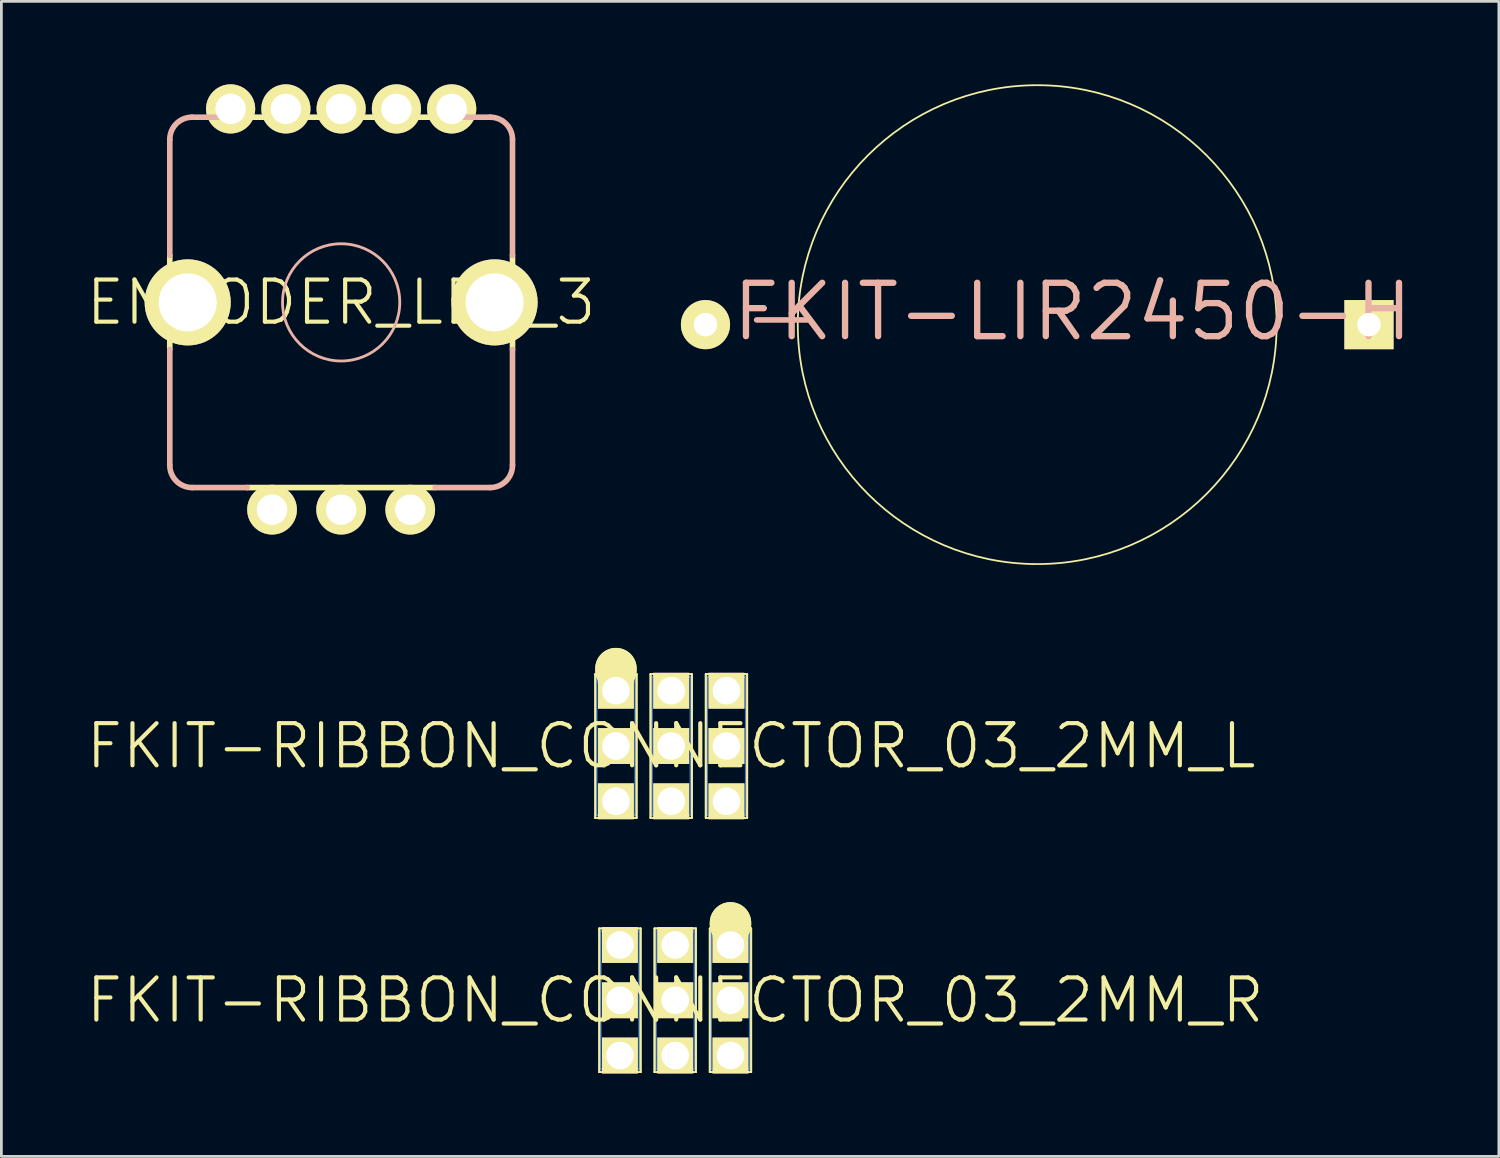
<source format=kicad_pcb>
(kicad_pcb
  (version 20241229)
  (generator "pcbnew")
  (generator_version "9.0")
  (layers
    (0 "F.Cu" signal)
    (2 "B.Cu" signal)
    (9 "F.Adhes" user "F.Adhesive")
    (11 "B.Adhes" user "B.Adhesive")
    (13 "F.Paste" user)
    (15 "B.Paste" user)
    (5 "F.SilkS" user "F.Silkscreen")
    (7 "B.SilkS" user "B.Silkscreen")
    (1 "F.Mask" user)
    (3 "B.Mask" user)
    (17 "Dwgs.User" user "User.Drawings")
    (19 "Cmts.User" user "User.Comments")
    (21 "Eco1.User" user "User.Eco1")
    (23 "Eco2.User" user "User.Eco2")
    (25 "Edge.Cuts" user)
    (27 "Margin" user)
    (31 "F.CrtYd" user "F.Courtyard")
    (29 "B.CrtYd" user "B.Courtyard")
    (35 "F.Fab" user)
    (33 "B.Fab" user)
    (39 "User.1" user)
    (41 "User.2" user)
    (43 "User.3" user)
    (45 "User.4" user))
  (footprint "FKIT-RIBBON_CONNECTOR_03_2MM_L"
    (layer "F.Cu")
    (at 21.227 23.933)
    (property "Reference" "FKIT-RIBBON_CONNECTOR_03_2MM_L" (at 0 0 0) (layer "F.SilkS") (effects (font (size 1.524 1.524) (thickness 0.15))))
    (attr exclude_from_pos_files exclude_from_bom)
    (fp_line (start -2.7 -2.499) (end -1.298 -2.499) (stroke (width 0.066) (type solid)) (layer "B.Cu"))
    (fp_line (start -2.7 2.499) (end -2.7 -2.499) (stroke (width 0.066) (type solid)) (layer "B.Cu"))
    (fp_line (start -2.7 2.499) (end -1.298 2.499) (stroke (width 0.066) (type solid)) (layer "B.Cu"))
    (fp_line (start -1.999 -2.499) (end -1.999 -2.799) (stroke (width 1.4) (type solid)) (layer "B.Cu"))
    (fp_line (start -1.298 2.499) (end -1.298 -2.499) (stroke (width 0.066) (type solid)) (layer "B.Cu"))
    (fp_line (start -0.699 -2.499) (end 0.699 -2.499) (stroke (width 0.066) (type solid)) (layer "B.Cu"))
    (fp_line (start -0.699 2.499) (end -0.699 -2.499) (stroke (width 0.066) (type solid)) (layer "B.Cu"))
    (fp_line (start -0.699 2.499) (end 0.699 2.499) (stroke (width 0.066) (type solid)) (layer "B.Cu"))
    (fp_line (start 0.699 2.499) (end 0.699 -2.499) (stroke (width 0.066) (type solid)) (layer "B.Cu"))
    (fp_line (start 1.298 -2.499) (end 2.7 -2.499) (stroke (width 0.066) (type solid)) (layer "B.Cu"))
    (fp_line (start 1.298 2.499) (end 1.298 -2.499) (stroke (width 0.066) (type solid)) (layer "B.Cu"))
    (fp_line (start 1.298 2.499) (end 2.7 2.499) (stroke (width 0.066) (type solid)) (layer "B.Cu"))
    (fp_line (start 2.7 2.499) (end 2.7 -2.499) (stroke (width 0.066) (type solid)) (layer "B.Cu"))
    (fp_line (start -2.748 -2.598) (end -1.25 -2.598) (stroke (width 0.066) (type solid)) (layer "F.SilkS"))
    (fp_line (start -2.748 -2.598) (end -1.25 -2.598) (stroke (width 0.066) (type solid)) (layer "F.SilkS"))
    (fp_line (start -2.748 2.598) (end -2.748 -2.598) (stroke (width 0.066) (type solid)) (layer "F.SilkS"))
    (fp_line (start -2.748 2.598) (end -2.748 -2.598) (stroke (width 0.066) (type solid)) (layer "F.SilkS"))
    (fp_line (start -2.748 2.598) (end -1.25 2.598) (stroke (width 0.066) (type solid)) (layer "F.SilkS"))
    (fp_line (start -2.748 2.598) (end -1.25 2.598) (stroke (width 0.066) (type solid)) (layer "F.SilkS"))
    (fp_line (start -1.999 -2.748) (end -1.999 -2.799) (stroke (width 1.499) (type solid)) (layer "F.SilkS"))
    (fp_line (start -1.999 -2.748) (end -1.999 -2.799) (stroke (width 1.499) (type solid)) (layer "F.SilkS"))
    (fp_line (start -1.25 2.598) (end -1.25 -2.598) (stroke (width 0.066) (type solid)) (layer "F.SilkS"))
    (fp_line (start -1.25 2.598) (end -1.25 -2.598) (stroke (width 0.066) (type solid)) (layer "F.SilkS"))
    (fp_line (start -0.749 -2.598) (end 0.749 -2.598) (stroke (width 0.066) (type solid)) (layer "F.SilkS"))
    (fp_line (start -0.749 -2.598) (end 0.749 -2.598) (stroke (width 0.066) (type solid)) (layer "F.SilkS"))
    (fp_line (start -0.749 2.598) (end -0.749 -2.598) (stroke (width 0.066) (type solid)) (layer "F.SilkS"))
    (fp_line (start -0.749 2.598) (end -0.749 -2.598) (stroke (width 0.066) (type solid)) (layer "F.SilkS"))
    (fp_line (start -0.749 2.598) (end 0.749 2.598) (stroke (width 0.066) (type solid)) (layer "F.SilkS"))
    (fp_line (start -0.749 2.598) (end 0.749 2.598) (stroke (width 0.066) (type solid)) (layer "F.SilkS"))
    (fp_line (start 0.749 2.598) (end 0.749 -2.598) (stroke (width 0.066) (type solid)) (layer "F.SilkS"))
    (fp_line (start 0.749 2.598) (end 0.749 -2.598) (stroke (width 0.066) (type solid)) (layer "F.SilkS"))
    (fp_line (start 1.25 -2.598) (end 2.748 -2.598) (stroke (width 0.066) (type solid)) (layer "F.SilkS"))
    (fp_line (start 1.25 -2.598) (end 2.748 -2.598) (stroke (width 0.066) (type solid)) (layer "F.SilkS"))
    (fp_line (start 1.25 2.598) (end 1.25 -2.598) (stroke (width 0.066) (type solid)) (layer "F.SilkS"))
    (fp_line (start 1.25 2.598) (end 1.25 -2.598) (stroke (width 0.066) (type solid)) (layer "F.SilkS"))
    (fp_line (start 1.25 2.598) (end 2.748 2.598) (stroke (width 0.066) (type solid)) (layer "F.SilkS"))
    (fp_line (start 1.25 2.598) (end 2.748 2.598) (stroke (width 0.066) (type solid)) (layer "F.SilkS"))
    (fp_line (start 2.748 2.598) (end 2.748 -2.598) (stroke (width 0.066) (type solid)) (layer "F.SilkS"))
    (fp_line (start 2.748 2.598) (end 2.748 -2.598) (stroke (width 0.066) (type solid)) (layer "F.SilkS"))
    (fp_line (start -2.7 -2.499) (end -1.298 -2.499) (stroke (width 0.066) (type solid)) (layer "B.Adhes"))
    (fp_line (start -2.7 2.499) (end -2.7 -2.499) (stroke (width 0.066) (type solid)) (layer "B.Adhes"))
    (fp_line (start -2.7 2.499) (end -1.298 2.499) (stroke (width 0.066) (type solid)) (layer "B.Adhes"))
    (fp_line (start -1.999 -2.499) (end -1.999 -2.799) (stroke (width 1.4) (type solid)) (layer "B.Adhes"))
    (fp_line (start -1.298 2.499) (end -1.298 -2.499) (stroke (width 0.066) (type solid)) (layer "B.Adhes"))
    (fp_line (start -0.699 -2.499) (end 0.699 -2.499) (stroke (width 0.066) (type solid)) (layer "B.Adhes"))
    (fp_line (start -0.699 2.499) (end -0.699 -2.499) (stroke (width 0.066) (type solid)) (layer "B.Adhes"))
    (fp_line (start -0.699 2.499) (end 0.699 2.499) (stroke (width 0.066) (type solid)) (layer "B.Adhes"))
    (fp_line (start 0.699 2.499) (end 0.699 -2.499) (stroke (width 0.066) (type solid)) (layer "B.Adhes"))
    (fp_line (start 1.298 -2.499) (end 2.7 -2.499) (stroke (width 0.066) (type solid)) (layer "B.Adhes"))
    (fp_line (start 1.298 2.499) (end 1.298 -2.499) (stroke (width 0.066) (type solid)) (layer "B.Adhes"))
    (fp_line (start 1.298 2.499) (end 2.7 2.499) (stroke (width 0.066) (type solid)) (layer "B.Adhes"))
    (fp_line (start 2.7 2.499) (end 2.7 -2.499) (stroke (width 0.066) (type solid)) (layer "B.Adhes"))
    (pad "P1A" thru_hole rect (at -1.999 -1.999) (size 1.298 1.298) (drill 0.998) (layers "*.Cu" "F.Mask" "F.SilkS" "F.Paste"))
    (pad "P1B" thru_hole rect (at -1.999 0) (size 1.298 1.298) (drill 0.998) (layers "*.Cu" "F.Mask" "F.SilkS" "F.Paste"))
    (pad "P1C" thru_hole rect (at -1.999 1.999) (size 1.298 1.298) (drill 0.998) (layers "*.Cu" "F.Mask" "F.SilkS" "F.Paste"))
    (pad "P2A" thru_hole rect (at 0 -1.999) (size 1.298 1.298) (drill 0.998) (layers "*.Cu" "F.Mask" "F.SilkS" "F.Paste"))
    (pad "P2B" thru_hole rect (at 0 0) (size 1.298 1.298) (drill 0.998) (layers "*.Cu" "F.Mask" "F.SilkS" "F.Paste"))
    (pad "P2C" thru_hole rect (at 0 1.999) (size 1.298 1.298) (drill 0.998) (layers "*.Cu" "F.Mask" "F.SilkS" "F.Paste"))
    (pad "P3A" thru_hole rect (at 1.999 -1.999) (size 1.298 1.298) (drill 0.998) (layers "*.Cu" "F.Mask" "F.SilkS" "F.Paste"))
    (pad "P3B" thru_hole rect (at 1.999 0) (size 1.298 1.298) (drill 0.998) (layers "*.Cu" "F.Mask" "F.SilkS" "F.Paste"))
    (pad "P3C" thru_hole rect (at 1.999 1.999) (size 1.298 1.298) (drill 0.998) (layers "*.Cu" "F.Mask" "F.SilkS" "F.Paste")))
  (footprint "FKIT-LIR2450-H"
    (layer "F.Cu")
    (at 34.466 8.692)
    (property "Reference" "FKIT-LIR2450-H" (at 1.275 -0.465 0) (layer "B.SilkS") (effects (font (size 1.93 1.93) (thickness 0.229))))
    (attr exclude_from_pos_files exclude_from_bom)
    (fp_circle (center 0 0) (end -6.124 6.124) (stroke (width 0.064) (type solid)) (fill no) (layer "F.SilkS"))
    (fp_text user "-" (at -9.18 -0.368 0) (layer "B.SilkS") (effects (font (size 2.54 2.54) (thickness 0.203))))
    (pad "NEG" thru_hole circle (at -11.999 0) (size 1.778 1.778) (drill 0.848) (layers "*.Cu" "F.Mask" "F.SilkS" "F.Paste"))
    (pad "POS" thru_hole rect (at 11.999 0) (size 1.778 1.778) (drill 0.848) (layers "*.Cu" "F.Mask" "F.SilkS" "F.Paste")))
  (footprint "ENCODER_LED_3"
    (layer "F.Cu")
    (at 9.289 7.887)
    (property "Reference" "ENCODER_LED_3" (at 0 0 0) (layer "F.SilkS") (effects (font (size 1.524 1.524) (thickness 0.15))))
    (attr exclude_from_pos_files exclude_from_bom)
    (fp_line (start -6.198 1.699) (end -6.198 -1.699) (stroke (width 0.203) (type solid)) (layer "F.SilkS"))
    (fp_line (start -3.899 -6.698) (end 3.899 -6.698) (stroke (width 0.203) (type solid)) (layer "F.SilkS"))
    (fp_line (start 3.399 6.698) (end -3.399 6.698) (stroke (width 0.203) (type solid)) (layer "F.SilkS"))
    (fp_line (start 6.198 -1.699) (end 6.198 1.699) (stroke (width 0.203) (type solid)) (layer "F.SilkS"))
    (fp_line (start -6.198 -1.699) (end -6.198 -5.893) (stroke (width 0.203) (type solid)) (layer "B.SilkS"))
    (fp_line (start -6.198 1.699) (end -6.198 5.893) (stroke (width 0.203) (type solid)) (layer "B.SilkS"))
    (fp_line (start -5.392 -6.698) (end -3.899 -6.698) (stroke (width 0.203) (type solid)) (layer "B.SilkS"))
    (fp_line (start -5.392 6.698) (end -3.399 6.698) (stroke (width 0.203) (type solid)) (layer "B.SilkS"))
    (fp_line (start 5.392 -6.698) (end 3.899 -6.698) (stroke (width 0.203) (type solid)) (layer "B.SilkS"))
    (fp_line (start 5.392 6.698) (end 3.399 6.698) (stroke (width 0.203) (type solid)) (layer "B.SilkS"))
    (fp_line (start 6.198 -1.699) (end 6.198 -5.893) (stroke (width 0.203) (type solid)) (layer "B.SilkS"))
    (fp_line (start 6.198 1.699) (end 6.198 5.893) (stroke (width 0.203) (type solid)) (layer "B.SilkS"))
    (fp_arc (start -6.1976 -5.8928) (mid -5.961768 -6.462148) (end -5.39242 -6.69798) (stroke (width 0.2032) (type solid)) (layer "B.SilkS"))
    (fp_arc (start -5.39242 6.69798) (mid -5.961768 6.462148) (end -6.1976 5.8928) (stroke (width 0.2032) (type solid)) (layer "B.SilkS"))
    (fp_arc (start 5.39242 -6.69798) (mid 5.961768 -6.462148) (end 6.1976 -5.8928) (stroke (width 0.2032) (type solid)) (layer "B.SilkS"))
    (fp_arc (start 6.1976 5.8928) (mid 5.961768 6.462148) (end 5.39242 6.69798) (stroke (width 0.2032) (type solid)) (layer "B.SilkS"))
    (fp_circle (center 0 0) (end -1.499 1.499) (stroke (width 0.102) (type solid)) (fill no) (layer "B.SilkS"))
    (pad "1" thru_hole circle (at -3.998 -6.998) (size 1.778 1.778) (drill 1.1) (layers "*.Cu" "F.Mask" "F.SilkS" "F.Paste"))
    (pad "2" thru_hole circle (at -1.999 -6.998) (size 1.778 1.778) (drill 1.1) (layers "*.Cu" "F.Mask" "F.SilkS" "F.Paste"))
    (pad "3" thru_hole circle (at 0 -6.998) (size 1.778 1.778) (drill 1.1) (layers "*.Cu" "F.Mask" "F.SilkS" "F.Paste"))
    (pad "4" thru_hole circle (at 1.999 -6.998) (size 1.778 1.778) (drill 1.1) (layers "*.Cu" "F.Mask" "F.SilkS" "F.Paste"))
    (pad "5" thru_hole circle (at 3.998 -6.998) (size 1.778 1.778) (drill 1.1) (layers "*.Cu" "F.Mask" "F.SilkS" "F.Paste"))
    (pad "A" thru_hole circle (at -2.499 7.498) (size 1.798 1.798) (drill 1.1) (layers "*.Cu" "F.Mask" "F.SilkS" "F.Paste"))
    (pad "B" thru_hole circle (at 2.499 7.498) (size 1.798 1.798) (drill 1.1) (layers "*.Cu" "F.Mask" "F.SilkS" "F.Paste"))
    (pad "C" thru_hole circle (at 0 7.498) (size 1.798 1.798) (drill 1.1) (layers "*.Cu" "F.Mask" "F.SilkS" "F.Paste"))
    (pad "M1" thru_hole circle (at -5.55 0) (size 3.114 3.114) (drill 2.098) (layers "*.Cu" "F.Mask" "F.SilkS" "F.Paste"))
    (pad "M2" thru_hole circle (at 5.55 0) (size 3.114 3.114) (drill 2.098) (layers "*.Cu" "F.Mask" "F.SilkS" "F.Paste")))
  (footprint "FKIT-RIBBON_CONNECTOR_03_2MM_R"
    (layer "F.Cu")
    (at 21.372 33.129)
    (property "Reference" "FKIT-RIBBON_CONNECTOR_03_2MM_R" (at 0 0 0) (layer "F.SilkS") (effects (font (size 1.524 1.524) (thickness 0.15))))
    (attr exclude_from_pos_files exclude_from_bom)
    (fp_line (start -2.7 -2.499) (end -1.298 -2.499) (stroke (width 0.066) (type solid)) (layer "B.Cu"))
    (fp_line (start -2.7 2.499) (end -2.7 -2.499) (stroke (width 0.066) (type solid)) (layer "B.Cu"))
    (fp_line (start -2.7 2.499) (end -1.298 2.499) (stroke (width 0.066) (type solid)) (layer "B.Cu"))
    (fp_line (start -1.298 2.499) (end -1.298 -2.499) (stroke (width 0.066) (type solid)) (layer "B.Cu"))
    (fp_line (start -0.699 -2.499) (end 0.699 -2.499) (stroke (width 0.066) (type solid)) (layer "B.Cu"))
    (fp_line (start -0.699 2.499) (end -0.699 -2.499) (stroke (width 0.066) (type solid)) (layer "B.Cu"))
    (fp_line (start -0.699 2.499) (end 0.699 2.499) (stroke (width 0.066) (type solid)) (layer "B.Cu"))
    (fp_line (start 0.699 2.499) (end 0.699 -2.499) (stroke (width 0.066) (type solid)) (layer "B.Cu"))
    (fp_line (start 1.298 -2.499) (end 2.7 -2.499) (stroke (width 0.066) (type solid)) (layer "B.Cu"))
    (fp_line (start 1.298 2.499) (end 1.298 -2.499) (stroke (width 0.066) (type solid)) (layer "B.Cu"))
    (fp_line (start 1.298 2.499) (end 2.7 2.499) (stroke (width 0.066) (type solid)) (layer "B.Cu"))
    (fp_line (start 1.999 -2.499) (end 1.999 -2.799) (stroke (width 1.4) (type solid)) (layer "B.Cu"))
    (fp_line (start 2.7 2.499) (end 2.7 -2.499) (stroke (width 0.066) (type solid)) (layer "B.Cu"))
    (fp_line (start -2.748 -2.598) (end -1.25 -2.598) (stroke (width 0.066) (type solid)) (layer "F.SilkS"))
    (fp_line (start -2.748 -2.598) (end -1.25 -2.598) (stroke (width 0.066) (type solid)) (layer "F.SilkS"))
    (fp_line (start -2.748 2.598) (end -2.748 -2.598) (stroke (width 0.066) (type solid)) (layer "F.SilkS"))
    (fp_line (start -2.748 2.598) (end -2.748 -2.598) (stroke (width 0.066) (type solid)) (layer "F.SilkS"))
    (fp_line (start -2.748 2.598) (end -1.25 2.598) (stroke (width 0.066) (type solid)) (layer "F.SilkS"))
    (fp_line (start -2.748 2.598) (end -1.25 2.598) (stroke (width 0.066) (type solid)) (layer "F.SilkS"))
    (fp_line (start -1.25 2.598) (end -1.25 -2.598) (stroke (width 0.066) (type solid)) (layer "F.SilkS"))
    (fp_line (start -1.25 2.598) (end -1.25 -2.598) (stroke (width 0.066) (type solid)) (layer "F.SilkS"))
    (fp_line (start -0.749 -2.598) (end 0.749 -2.598) (stroke (width 0.066) (type solid)) (layer "F.SilkS"))
    (fp_line (start -0.749 -2.598) (end 0.749 -2.598) (stroke (width 0.066) (type solid)) (layer "F.SilkS"))
    (fp_line (start -0.749 2.598) (end -0.749 -2.598) (stroke (width 0.066) (type solid)) (layer "F.SilkS"))
    (fp_line (start -0.749 2.598) (end -0.749 -2.598) (stroke (width 0.066) (type solid)) (layer "F.SilkS"))
    (fp_line (start -0.749 2.598) (end 0.749 2.598) (stroke (width 0.066) (type solid)) (layer "F.SilkS"))
    (fp_line (start -0.749 2.598) (end 0.749 2.598) (stroke (width 0.066) (type solid)) (layer "F.SilkS"))
    (fp_line (start 0.749 2.598) (end 0.749 -2.598) (stroke (width 0.066) (type solid)) (layer "F.SilkS"))
    (fp_line (start 0.749 2.598) (end 0.749 -2.598) (stroke (width 0.066) (type solid)) (layer "F.SilkS"))
    (fp_line (start 1.25 -2.598) (end 2.748 -2.598) (stroke (width 0.066) (type solid)) (layer "F.SilkS"))
    (fp_line (start 1.25 -2.598) (end 2.748 -2.598) (stroke (width 0.066) (type solid)) (layer "F.SilkS"))
    (fp_line (start 1.25 2.598) (end 1.25 -2.598) (stroke (width 0.066) (type solid)) (layer "F.SilkS"))
    (fp_line (start 1.25 2.598) (end 1.25 -2.598) (stroke (width 0.066) (type solid)) (layer "F.SilkS"))
    (fp_line (start 1.25 2.598) (end 2.748 2.598) (stroke (width 0.066) (type solid)) (layer "F.SilkS"))
    (fp_line (start 1.25 2.598) (end 2.748 2.598) (stroke (width 0.066) (type solid)) (layer "F.SilkS"))
    (fp_line (start 1.999 -2.748) (end 1.999 -2.799) (stroke (width 1.499) (type solid)) (layer "F.SilkS"))
    (fp_line (start 1.999 -2.748) (end 1.999 -2.799) (stroke (width 1.499) (type solid)) (layer "F.SilkS"))
    (fp_line (start 2.748 2.598) (end 2.748 -2.598) (stroke (width 0.066) (type solid)) (layer "F.SilkS"))
    (fp_line (start 2.748 2.598) (end 2.748 -2.598) (stroke (width 0.066) (type solid)) (layer "F.SilkS"))
    (fp_line (start -2.7 -2.499) (end -1.298 -2.499) (stroke (width 0.066) (type solid)) (layer "B.Adhes"))
    (fp_line (start -2.7 2.499) (end -2.7 -2.499) (stroke (width 0.066) (type solid)) (layer "B.Adhes"))
    (fp_line (start -2.7 2.499) (end -1.298 2.499) (stroke (width 0.066) (type solid)) (layer "B.Adhes"))
    (fp_line (start -1.298 2.499) (end -1.298 -2.499) (stroke (width 0.066) (type solid)) (layer "B.Adhes"))
    (fp_line (start -0.699 -2.499) (end 0.699 -2.499) (stroke (width 0.066) (type solid)) (layer "B.Adhes"))
    (fp_line (start -0.699 2.499) (end -0.699 -2.499) (stroke (width 0.066) (type solid)) (layer "B.Adhes"))
    (fp_line (start -0.699 2.499) (end 0.699 2.499) (stroke (width 0.066) (type solid)) (layer "B.Adhes"))
    (fp_line (start 0.699 2.499) (end 0.699 -2.499) (stroke (width 0.066) (type solid)) (layer "B.Adhes"))
    (fp_line (start 1.298 -2.499) (end 2.7 -2.499) (stroke (width 0.066) (type solid)) (layer "B.Adhes"))
    (fp_line (start 1.298 2.499) (end 1.298 -2.499) (stroke (width 0.066) (type solid)) (layer "B.Adhes"))
    (fp_line (start 1.298 2.499) (end 2.7 2.499) (stroke (width 0.066) (type solid)) (layer "B.Adhes"))
    (fp_line (start 1.999 -2.499) (end 1.999 -2.799) (stroke (width 1.4) (type solid)) (layer "B.Adhes"))
    (fp_line (start 2.7 2.499) (end 2.7 -2.499) (stroke (width 0.066) (type solid)) (layer "B.Adhes"))
    (pad "P1A" thru_hole rect (at 1.999 -1.999) (size 1.298 1.298) (drill 0.998) (layers "*.Cu" "F.Mask" "F.SilkS" "F.Paste"))
    (pad "P1B" thru_hole rect (at 1.999 0) (size 1.298 1.298) (drill 0.998) (layers "*.Cu" "F.Mask" "F.SilkS" "F.Paste"))
    (pad "P1C" thru_hole rect (at 1.999 1.999) (size 1.298 1.298) (drill 0.998) (layers "*.Cu" "F.Mask" "F.SilkS" "F.Paste"))
    (pad "P2A" thru_hole rect (at 0 -1.999) (size 1.298 1.298) (drill 0.998) (layers "*.Cu" "F.Mask" "F.SilkS" "F.Paste"))
    (pad "P2B" thru_hole rect (at 0 0) (size 1.298 1.298) (drill 0.998) (layers "*.Cu" "F.Mask" "F.SilkS" "F.Paste"))
    (pad "P2C" thru_hole rect (at 0 1.999) (size 1.298 1.298) (drill 0.998) (layers "*.Cu" "F.Mask" "F.SilkS" "F.Paste"))
    (pad "P3A" thru_hole rect (at -1.999 -1.999) (size 1.298 1.298) (drill 0.998) (layers "*.Cu" "F.Mask" "F.SilkS" "F.Paste"))
    (pad "P3B" thru_hole rect (at -1.999 0) (size 1.298 1.298) (drill 0.998) (layers "*.Cu" "F.Mask" "F.SilkS" "F.Paste"))
    (pad "P3C" thru_hole rect (at -1.999 1.999) (size 1.298 1.298) (drill 0.998) (layers "*.Cu" "F.Mask" "F.SilkS" "F.Paste")))
  (gr_rect
    (start -3 -3)
    (end 51.163 38.777)
    (stroke (width 0.1) (type default))
    (fill no)
    (layer "Edge.Cuts")))
</source>
